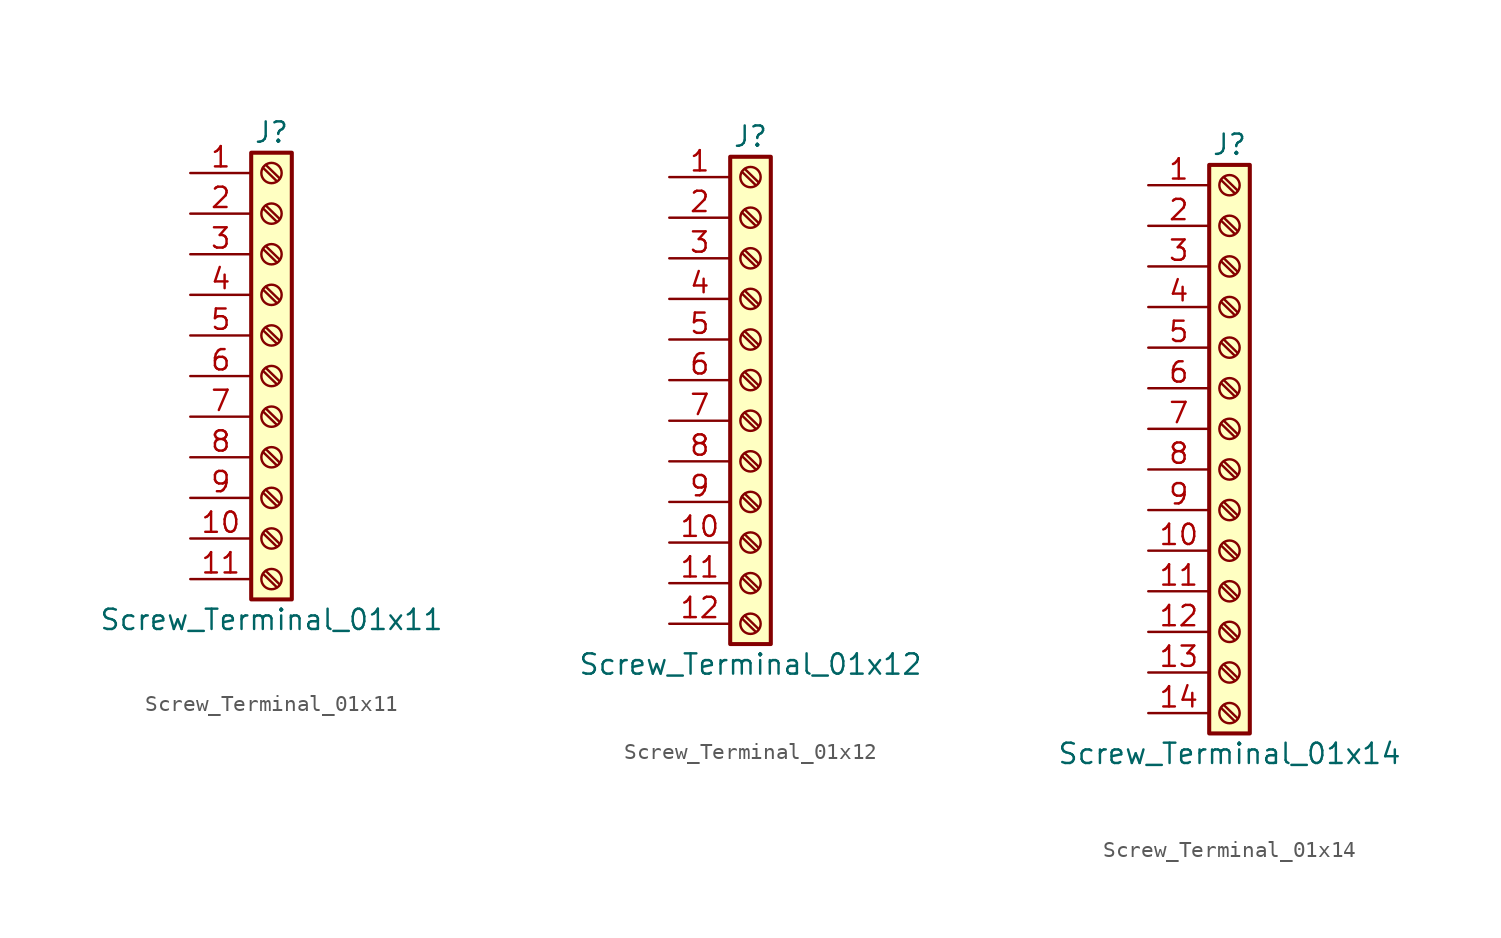
<source format=kicad_sym>
(kicad_symbol_lib
  (version 20201005)
  (generator kicad_symbol_editor)
  (symbol "Screw_Terminal_01x11"
    (pin_names
      (offset 1.016) hide)
    (property "Reference" "J"
      (at 0 15.24 0)
      (effects (font (size 1.27 1.27))))
    (property "Value" "Screw_Terminal_01x11"
      (at 0 -15.24 0)
      (effects (font (size 1.27 1.27))))
    (symbol "Screw_Terminal_01x11_1_1"
      (circle (center 0 -12.7) (radius 0.635) (stroke (width 0.152)) (fill (type none)))
      (circle (center 0 -10.16) (radius 0.635) (stroke (width 0.152)) (fill (type none)))
      (circle (center 0 -7.62) (radius 0.635) (stroke (width 0.152)) (fill (type none)))
      (circle (center 0 -5.08) (radius 0.635) (stroke (width 0.152)) (fill (type none)))
      (circle (center 0 -2.54) (radius 0.635) (stroke (width 0.152)) (fill (type none)))
      (circle (center 0 0) (radius 0.635) (stroke (width 0.152)) (fill (type none)))
      (circle (center 0 2.54) (radius 0.635) (stroke (width 0.152)) (fill (type none)))
      (circle (center 0 5.08) (radius 0.635) (stroke (width 0.152)) (fill (type none)))
      (circle (center 0 7.62) (radius 0.635) (stroke (width 0.152)) (fill (type none)))
      (circle (center 0 10.16) (radius 0.635) (stroke (width 0.152)) (fill (type none)))
      (circle (center 0 12.7) (radius 0.635) (stroke (width 0.152)) (fill (type none)))
      (rectangle (start -1.27 13.97) (end 1.27 -13.97) (stroke (width 0.254)) (fill (type background)))
      (polyline (pts (xy -0.533 -12.37) (xy 0.33 -13.208)) (stroke (width 0.152)) (fill (type none)))
      (polyline (pts (xy -0.533 -9.83) (xy 0.33 -10.668)) (stroke (width 0.152)) (fill (type none)))
      (polyline (pts (xy -0.533 -7.29) (xy 0.33 -8.128)) (stroke (width 0.152)) (fill (type none)))
      (polyline (pts (xy -0.533 -4.75) (xy 0.33 -5.588)) (stroke (width 0.152)) (fill (type none)))
      (polyline (pts (xy -0.533 -2.21) (xy 0.33 -3.048)) (stroke (width 0.152)) (fill (type none)))
      (polyline (pts (xy -0.533 0.33) (xy 0.33 -0.508)) (stroke (width 0.152)) (fill (type none)))
      (polyline (pts (xy -0.533 2.87) (xy 0.33 2.032)) (stroke (width 0.152)) (fill (type none)))
      (polyline (pts (xy -0.533 5.41) (xy 0.33 4.572)) (stroke (width 0.152)) (fill (type none)))
      (polyline (pts (xy -0.533 7.95) (xy 0.33 7.112)) (stroke (width 0.152)) (fill (type none)))
      (polyline (pts (xy -0.533 10.49) (xy 0.33 9.652)) (stroke (width 0.152)) (fill (type none)))
      (polyline (pts (xy -0.533 13.03) (xy 0.33 12.192)) (stroke (width 0.152)) (fill (type none)))
      (polyline (pts (xy -0.356 -12.192) (xy 0.508 -13.03)) (stroke (width 0.152)) (fill (type none)))
      (polyline (pts (xy -0.356 -9.652) (xy 0.508 -10.49)) (stroke (width 0.152)) (fill (type none)))
      (polyline (pts (xy -0.356 -7.112) (xy 0.508 -7.95)) (stroke (width 0.152)) (fill (type none)))
      (polyline (pts (xy -0.356 -4.572) (xy 0.508 -5.41)) (stroke (width 0.152)) (fill (type none)))
      (polyline (pts (xy -0.356 -2.032) (xy 0.508 -2.87)) (stroke (width 0.152)) (fill (type none)))
      (polyline (pts (xy -0.356 0.508) (xy 0.508 -0.33)) (stroke (width 0.152)) (fill (type none)))
      (polyline (pts (xy -0.356 3.048) (xy 0.508 2.21)) (stroke (width 0.152)) (fill (type none)))
      (polyline (pts (xy -0.356 5.588) (xy 0.508 4.75)) (stroke (width 0.152)) (fill (type none)))
      (polyline (pts (xy -0.356 8.128) (xy 0.508 7.29)) (stroke (width 0.152)) (fill (type none)))
      (polyline (pts (xy -0.356 10.668) (xy 0.508 9.83)) (stroke (width 0.152)) (fill (type none)))
      (polyline (pts (xy -0.356 13.208) (xy 0.508 12.37)) (stroke (width 0.152)) (fill (type none)))
      (pin passive line (at -5.08 12.7 0) (length 3.81) (name "Pin_1" (effects (font (size 1.27 1.27)))) (number "1" (effects (font (size 1.27 1.27)))))
      (pin passive line (at -5.08 -10.16 0) (length 3.81) (name "Pin_10" (effects (font (size 1.27 1.27)))) (number "10" (effects (font (size 1.27 1.27)))))
      (pin passive line (at -5.08 -12.7 0) (length 3.81) (name "Pin_11" (effects (font (size 1.27 1.27)))) (number "11" (effects (font (size 1.27 1.27)))))
      (pin passive line (at -5.08 10.16 0) (length 3.81) (name "Pin_2" (effects (font (size 1.27 1.27)))) (number "2" (effects (font (size 1.27 1.27)))))
      (pin passive line (at -5.08 7.62 0) (length 3.81) (name "Pin_3" (effects (font (size 1.27 1.27)))) (number "3" (effects (font (size 1.27 1.27)))))
      (pin passive line (at -5.08 5.08 0) (length 3.81) (name "Pin_4" (effects (font (size 1.27 1.27)))) (number "4" (effects (font (size 1.27 1.27)))))
      (pin passive line (at -5.08 2.54 0) (length 3.81) (name "Pin_5" (effects (font (size 1.27 1.27)))) (number "5" (effects (font (size 1.27 1.27)))))
      (pin passive line (at -5.08 0 0) (length 3.81) (name "Pin_6" (effects (font (size 1.27 1.27)))) (number "6" (effects (font (size 1.27 1.27)))))
      (pin passive line (at -5.08 -2.54 0) (length 3.81) (name "Pin_7" (effects (font (size 1.27 1.27)))) (number "7" (effects (font (size 1.27 1.27)))))
      (pin passive line (at -5.08 -5.08 0) (length 3.81) (name "Pin_8" (effects (font (size 1.27 1.27)))) (number "8" (effects (font (size 1.27 1.27)))))
      (pin passive line (at -5.08 -7.62 0) (length 3.81) (name "Pin_9" (effects (font (size 1.27 1.27)))) (number "9" (effects (font (size 1.27 1.27)))))))
  (symbol "Screw_Terminal_01x12"
    (pin_names
      (offset 1.016) hide)
    (property "Reference" "J"
      (at 0 15.24 0)
      (effects (font (size 1.27 1.27))))
    (property "Value" "Screw_Terminal_01x12"
      (at 0 -17.78 0)
      (effects (font (size 1.27 1.27))))
    (symbol "Screw_Terminal_01x12_1_1"
      (circle (center 0 -15.24) (radius 0.635) (stroke (width 0.152)) (fill (type none)))
      (circle (center 0 -12.7) (radius 0.635) (stroke (width 0.152)) (fill (type none)))
      (circle (center 0 -10.16) (radius 0.635) (stroke (width 0.152)) (fill (type none)))
      (circle (center 0 -7.62) (radius 0.635) (stroke (width 0.152)) (fill (type none)))
      (circle (center 0 -5.08) (radius 0.635) (stroke (width 0.152)) (fill (type none)))
      (circle (center 0 -2.54) (radius 0.635) (stroke (width 0.152)) (fill (type none)))
      (circle (center 0 0) (radius 0.635) (stroke (width 0.152)) (fill (type none)))
      (circle (center 0 2.54) (radius 0.635) (stroke (width 0.152)) (fill (type none)))
      (circle (center 0 5.08) (radius 0.635) (stroke (width 0.152)) (fill (type none)))
      (circle (center 0 7.62) (radius 0.635) (stroke (width 0.152)) (fill (type none)))
      (circle (center 0 10.16) (radius 0.635) (stroke (width 0.152)) (fill (type none)))
      (circle (center 0 12.7) (radius 0.635) (stroke (width 0.152)) (fill (type none)))
      (rectangle (start -1.27 13.97) (end 1.27 -16.51) (stroke (width 0.254)) (fill (type background)))
      (polyline (pts (xy -0.533 -14.91) (xy 0.33 -15.748)) (stroke (width 0.152)) (fill (type none)))
      (polyline (pts (xy -0.533 -12.37) (xy 0.33 -13.208)) (stroke (width 0.152)) (fill (type none)))
      (polyline (pts (xy -0.533 -9.83) (xy 0.33 -10.668)) (stroke (width 0.152)) (fill (type none)))
      (polyline (pts (xy -0.533 -7.29) (xy 0.33 -8.128)) (stroke (width 0.152)) (fill (type none)))
      (polyline (pts (xy -0.533 -4.75) (xy 0.33 -5.588)) (stroke (width 0.152)) (fill (type none)))
      (polyline (pts (xy -0.533 -2.21) (xy 0.33 -3.048)) (stroke (width 0.152)) (fill (type none)))
      (polyline (pts (xy -0.533 0.33) (xy 0.33 -0.508)) (stroke (width 0.152)) (fill (type none)))
      (polyline (pts (xy -0.533 2.87) (xy 0.33 2.032)) (stroke (width 0.152)) (fill (type none)))
      (polyline (pts (xy -0.533 5.41) (xy 0.33 4.572)) (stroke (width 0.152)) (fill (type none)))
      (polyline (pts (xy -0.533 7.95) (xy 0.33 7.112)) (stroke (width 0.152)) (fill (type none)))
      (polyline (pts (xy -0.533 10.49) (xy 0.33 9.652)) (stroke (width 0.152)) (fill (type none)))
      (polyline (pts (xy -0.533 13.03) (xy 0.33 12.192)) (stroke (width 0.152)) (fill (type none)))
      (polyline (pts (xy -0.356 -14.732) (xy 0.508 -15.57)) (stroke (width 0.152)) (fill (type none)))
      (polyline (pts (xy -0.356 -12.192) (xy 0.508 -13.03)) (stroke (width 0.152)) (fill (type none)))
      (polyline (pts (xy -0.356 -9.652) (xy 0.508 -10.49)) (stroke (width 0.152)) (fill (type none)))
      (polyline (pts (xy -0.356 -7.112) (xy 0.508 -7.95)) (stroke (width 0.152)) (fill (type none)))
      (polyline (pts (xy -0.356 -4.572) (xy 0.508 -5.41)) (stroke (width 0.152)) (fill (type none)))
      (polyline (pts (xy -0.356 -2.032) (xy 0.508 -2.87)) (stroke (width 0.152)) (fill (type none)))
      (polyline (pts (xy -0.356 0.508) (xy 0.508 -0.33)) (stroke (width 0.152)) (fill (type none)))
      (polyline (pts (xy -0.356 3.048) (xy 0.508 2.21)) (stroke (width 0.152)) (fill (type none)))
      (polyline (pts (xy -0.356 5.588) (xy 0.508 4.75)) (stroke (width 0.152)) (fill (type none)))
      (polyline (pts (xy -0.356 8.128) (xy 0.508 7.29)) (stroke (width 0.152)) (fill (type none)))
      (polyline (pts (xy -0.356 10.668) (xy 0.508 9.83)) (stroke (width 0.152)) (fill (type none)))
      (polyline (pts (xy -0.356 13.208) (xy 0.508 12.37)) (stroke (width 0.152)) (fill (type none)))
      (pin passive line (at -5.08 12.7 0) (length 3.81) (name "Pin_1" (effects (font (size 1.27 1.27)))) (number "1" (effects (font (size 1.27 1.27)))))
      (pin passive line (at -5.08 -10.16 0) (length 3.81) (name "Pin_10" (effects (font (size 1.27 1.27)))) (number "10" (effects (font (size 1.27 1.27)))))
      (pin passive line (at -5.08 -12.7 0) (length 3.81) (name "Pin_11" (effects (font (size 1.27 1.27)))) (number "11" (effects (font (size 1.27 1.27)))))
      (pin passive line (at -5.08 -15.24 0) (length 3.81) (name "Pin_12" (effects (font (size 1.27 1.27)))) (number "12" (effects (font (size 1.27 1.27)))))
      (pin passive line (at -5.08 10.16 0) (length 3.81) (name "Pin_2" (effects (font (size 1.27 1.27)))) (number "2" (effects (font (size 1.27 1.27)))))
      (pin passive line (at -5.08 7.62 0) (length 3.81) (name "Pin_3" (effects (font (size 1.27 1.27)))) (number "3" (effects (font (size 1.27 1.27)))))
      (pin passive line (at -5.08 5.08 0) (length 3.81) (name "Pin_4" (effects (font (size 1.27 1.27)))) (number "4" (effects (font (size 1.27 1.27)))))
      (pin passive line (at -5.08 2.54 0) (length 3.81) (name "Pin_5" (effects (font (size 1.27 1.27)))) (number "5" (effects (font (size 1.27 1.27)))))
      (pin passive line (at -5.08 0 0) (length 3.81) (name "Pin_6" (effects (font (size 1.27 1.27)))) (number "6" (effects (font (size 1.27 1.27)))))
      (pin passive line (at -5.08 -2.54 0) (length 3.81) (name "Pin_7" (effects (font (size 1.27 1.27)))) (number "7" (effects (font (size 1.27 1.27)))))
      (pin passive line (at -5.08 -5.08 0) (length 3.81) (name "Pin_8" (effects (font (size 1.27 1.27)))) (number "8" (effects (font (size 1.27 1.27)))))
      (pin passive line (at -5.08 -7.62 0) (length 3.81) (name "Pin_9" (effects (font (size 1.27 1.27)))) (number "9" (effects (font (size 1.27 1.27)))))))
  (symbol "Screw_Terminal_01x14"
    (pin_names
      (offset 1.016) hide)
    (property "Reference" "J"
      (at 0 17.78 0)
      (effects (font (size 1.27 1.27))))
    (property "Value" "Screw_Terminal_01x14"
      (at 0 -20.32 0)
      (effects (font (size 1.27 1.27))))
    (symbol "Screw_Terminal_01x14_1_1"
      (circle (center 0 -17.78) (radius 0.635) (stroke (width 0.152)) (fill (type none)))
      (circle (center 0 -15.24) (radius 0.635) (stroke (width 0.152)) (fill (type none)))
      (circle (center 0 -12.7) (radius 0.635) (stroke (width 0.152)) (fill (type none)))
      (circle (center 0 -10.16) (radius 0.635) (stroke (width 0.152)) (fill (type none)))
      (circle (center 0 -7.62) (radius 0.635) (stroke (width 0.152)) (fill (type none)))
      (circle (center 0 -5.08) (radius 0.635) (stroke (width 0.152)) (fill (type none)))
      (circle (center 0 -2.54) (radius 0.635) (stroke (width 0.152)) (fill (type none)))
      (circle (center 0 0) (radius 0.635) (stroke (width 0.152)) (fill (type none)))
      (circle (center 0 2.54) (radius 0.635) (stroke (width 0.152)) (fill (type none)))
      (circle (center 0 5.08) (radius 0.635) (stroke (width 0.152)) (fill (type none)))
      (circle (center 0 7.62) (radius 0.635) (stroke (width 0.152)) (fill (type none)))
      (circle (center 0 10.16) (radius 0.635) (stroke (width 0.152)) (fill (type none)))
      (circle (center 0 12.7) (radius 0.635) (stroke (width 0.152)) (fill (type none)))
      (circle (center 0 15.24) (radius 0.635) (stroke (width 0.152)) (fill (type none)))
      (rectangle (start -1.27 16.51) (end 1.27 -19.05) (stroke (width 0.254)) (fill (type background)))
      (polyline (pts (xy -0.533 -17.45) (xy 0.33 -18.288)) (stroke (width 0.152)) (fill (type none)))
      (polyline (pts (xy -0.533 -14.91) (xy 0.33 -15.748)) (stroke (width 0.152)) (fill (type none)))
      (polyline (pts (xy -0.533 -12.37) (xy 0.33 -13.208)) (stroke (width 0.152)) (fill (type none)))
      (polyline (pts (xy -0.533 -9.83) (xy 0.33 -10.668)) (stroke (width 0.152)) (fill (type none)))
      (polyline (pts (xy -0.533 -7.29) (xy 0.33 -8.128)) (stroke (width 0.152)) (fill (type none)))
      (polyline (pts (xy -0.533 -4.75) (xy 0.33 -5.588)) (stroke (width 0.152)) (fill (type none)))
      (polyline (pts (xy -0.533 -2.21) (xy 0.33 -3.048)) (stroke (width 0.152)) (fill (type none)))
      (polyline (pts (xy -0.533 0.33) (xy 0.33 -0.508)) (stroke (width 0.152)) (fill (type none)))
      (polyline (pts (xy -0.533 2.87) (xy 0.33 2.032)) (stroke (width 0.152)) (fill (type none)))
      (polyline (pts (xy -0.533 5.41) (xy 0.33 4.572)) (stroke (width 0.152)) (fill (type none)))
      (polyline (pts (xy -0.533 7.95) (xy 0.33 7.112)) (stroke (width 0.152)) (fill (type none)))
      (polyline (pts (xy -0.533 10.49) (xy 0.33 9.652)) (stroke (width 0.152)) (fill (type none)))
      (polyline (pts (xy -0.533 13.03) (xy 0.33 12.192)) (stroke (width 0.152)) (fill (type none)))
      (polyline (pts (xy -0.533 15.57) (xy 0.33 14.732)) (stroke (width 0.152)) (fill (type none)))
      (polyline (pts (xy -0.356 -17.272) (xy 0.508 -18.11)) (stroke (width 0.152)) (fill (type none)))
      (polyline (pts (xy -0.356 -14.732) (xy 0.508 -15.57)) (stroke (width 0.152)) (fill (type none)))
      (polyline (pts (xy -0.356 -12.192) (xy 0.508 -13.03)) (stroke (width 0.152)) (fill (type none)))
      (polyline (pts (xy -0.356 -9.652) (xy 0.508 -10.49)) (stroke (width 0.152)) (fill (type none)))
      (polyline (pts (xy -0.356 -7.112) (xy 0.508 -7.95)) (stroke (width 0.152)) (fill (type none)))
      (polyline (pts (xy -0.356 -4.572) (xy 0.508 -5.41)) (stroke (width 0.152)) (fill (type none)))
      (polyline (pts (xy -0.356 -2.032) (xy 0.508 -2.87)) (stroke (width 0.152)) (fill (type none)))
      (polyline (pts (xy -0.356 0.508) (xy 0.508 -0.33)) (stroke (width 0.152)) (fill (type none)))
      (polyline (pts (xy -0.356 3.048) (xy 0.508 2.21)) (stroke (width 0.152)) (fill (type none)))
      (polyline (pts (xy -0.356 5.588) (xy 0.508 4.75)) (stroke (width 0.152)) (fill (type none)))
      (polyline (pts (xy -0.356 8.128) (xy 0.508 7.29)) (stroke (width 0.152)) (fill (type none)))
      (polyline (pts (xy -0.356 10.668) (xy 0.508 9.83)) (stroke (width 0.152)) (fill (type none)))
      (polyline (pts (xy -0.356 13.208) (xy 0.508 12.37)) (stroke (width 0.152)) (fill (type none)))
      (polyline (pts (xy -0.356 15.748) (xy 0.508 14.91)) (stroke (width 0.152)) (fill (type none)))
      (pin passive line (at -5.08 15.24 0) (length 3.81) (name "Pin_1" (effects (font (size 1.27 1.27)))) (number "1" (effects (font (size 1.27 1.27)))))
      (pin passive line (at -5.08 -7.62 0) (length 3.81) (name "Pin_10" (effects (font (size 1.27 1.27)))) (number "10" (effects (font (size 1.27 1.27)))))
      (pin passive line (at -5.08 -10.16 0) (length 3.81) (name "Pin_11" (effects (font (size 1.27 1.27)))) (number "11" (effects (font (size 1.27 1.27)))))
      (pin passive line (at -5.08 -12.7 0) (length 3.81) (name "Pin_12" (effects (font (size 1.27 1.27)))) (number "12" (effects (font (size 1.27 1.27)))))
      (pin passive line (at -5.08 -15.24 0) (length 3.81) (name "Pin_13" (effects (font (size 1.27 1.27)))) (number "13" (effects (font (size 1.27 1.27)))))
      (pin passive line (at -5.08 -17.78 0) (length 3.81) (name "Pin_14" (effects (font (size 1.27 1.27)))) (number "14" (effects (font (size 1.27 1.27)))))
      (pin passive line (at -5.08 12.7 0) (length 3.81) (name "Pin_2" (effects (font (size 1.27 1.27)))) (number "2" (effects (font (size 1.27 1.27)))))
      (pin passive line (at -5.08 10.16 0) (length 3.81) (name "Pin_3" (effects (font (size 1.27 1.27)))) (number "3" (effects (font (size 1.27 1.27)))))
      (pin passive line (at -5.08 7.62 0) (length 3.81) (name "Pin_4" (effects (font (size 1.27 1.27)))) (number "4" (effects (font (size 1.27 1.27)))))
      (pin passive line (at -5.08 5.08 0) (length 3.81) (name "Pin_5" (effects (font (size 1.27 1.27)))) (number "5" (effects (font (size 1.27 1.27)))))
      (pin passive line (at -5.08 2.54 0) (length 3.81) (name "Pin_6" (effects (font (size 1.27 1.27)))) (number "6" (effects (font (size 1.27 1.27)))))
      (pin passive line (at -5.08 0 0) (length 3.81) (name "Pin_7" (effects (font (size 1.27 1.27)))) (number "7" (effects (font (size 1.27 1.27)))))
      (pin passive line (at -5.08 -2.54 0) (length 3.81) (name "Pin_8" (effects (font (size 1.27 1.27)))) (number "8" (effects (font (size 1.27 1.27)))))
      (pin passive line (at -5.08 -5.08 0) (length 3.81) (name "Pin_9" (effects (font (size 1.27 1.27)))) (number "9" (effects (font (size 1.27 1.27))))))))
</source>
